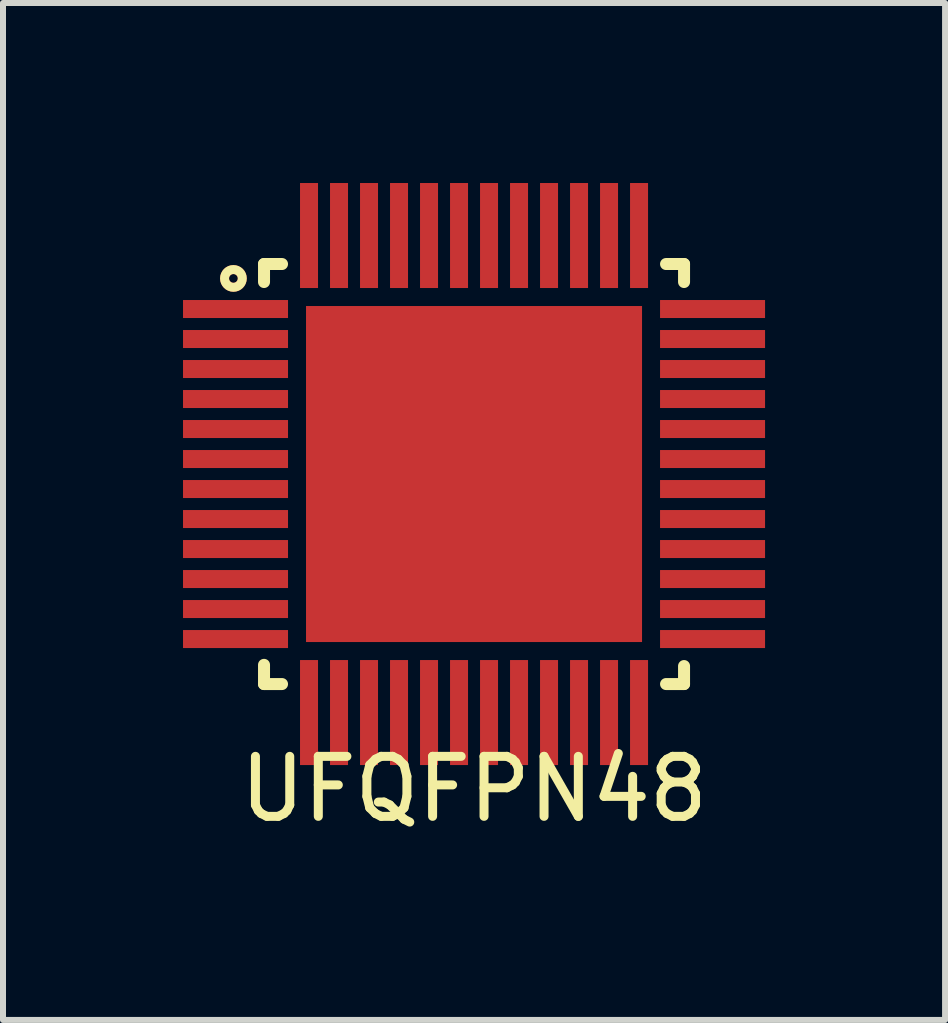
<source format=kicad_pcb>
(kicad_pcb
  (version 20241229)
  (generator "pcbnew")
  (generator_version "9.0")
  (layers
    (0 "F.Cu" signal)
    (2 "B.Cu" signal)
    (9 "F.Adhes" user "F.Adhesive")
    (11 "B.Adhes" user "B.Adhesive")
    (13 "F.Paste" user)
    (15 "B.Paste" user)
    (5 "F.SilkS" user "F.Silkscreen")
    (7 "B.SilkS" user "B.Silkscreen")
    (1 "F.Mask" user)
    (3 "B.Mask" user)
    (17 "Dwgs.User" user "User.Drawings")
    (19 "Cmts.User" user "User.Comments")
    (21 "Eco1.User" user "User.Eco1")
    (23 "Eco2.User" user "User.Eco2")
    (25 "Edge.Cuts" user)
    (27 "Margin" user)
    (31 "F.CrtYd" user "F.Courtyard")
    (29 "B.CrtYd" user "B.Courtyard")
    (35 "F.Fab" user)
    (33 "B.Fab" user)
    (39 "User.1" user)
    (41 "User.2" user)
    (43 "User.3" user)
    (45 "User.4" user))
  (footprint "UFQFPN48"
    (layer "F.Cu")
    (at 4.85 4.85)
    (property "Reference" "UFQFPN48" (at 0 5.25 0) (layer "F.SilkS") (effects (font (size 1 1) (thickness 0.15))))
    (attr through_hole)
    (fp_circle (center -4.01 -3.26) (end -3.94 -3.28) (stroke (width 0.15) (type solid)) (fill no) (layer "F.Cu"))
    (fp_line (start -3.5 -3.5) (end -3.5 -3.2) (stroke (width 0.2) (type solid)) (layer "F.SilkS"))
    (fp_line (start -3.5 -3.5) (end -3.2 -3.5) (stroke (width 0.2) (type solid)) (layer "F.SilkS"))
    (fp_line (start -3.5 3.5) (end -3.5 3.18) (stroke (width 0.2) (type solid)) (layer "F.SilkS"))
    (fp_line (start -3.5 3.5) (end -3.2 3.5) (stroke (width 0.2) (type solid)) (layer "F.SilkS"))
    (fp_line (start 3.5 -3.5) (end 3.2 -3.5) (stroke (width 0.2) (type solid)) (layer "F.SilkS"))
    (fp_line (start 3.5 -3.5) (end 3.5 -3.2) (stroke (width 0.2) (type solid)) (layer "F.SilkS"))
    (fp_line (start 3.5 3.5) (end 3.2 3.5) (stroke (width 0.2) (type solid)) (layer "F.SilkS"))
    (fp_line (start 3.5 3.5) (end 3.5 3.2) (stroke (width 0.2) (type solid)) (layer "F.SilkS"))
    (fp_circle (center -4.01 -3.26) (end -3.94 -3.28) (stroke (width 0.15) (type solid)) (fill no) (layer "F.SilkS"))
    (pad "0" smd trapezoid (at 0 0) (size 5.6 5.6) (layers "F.Cu" "F.Mask" "F.Paste"))
    (pad "1" smd trapezoid (at -3.975 -2.75 90) (size 0.3 1.75) (layers "F.Cu" "F.Mask" "F.Paste"))
    (pad "2" smd trapezoid (at -3.975 -2.25 90) (size 0.3 1.75) (layers "F.Cu" "F.Mask" "F.Paste"))
    (pad "3" smd trapezoid (at -3.975 -1.75 90) (size 0.3 1.75) (layers "F.Cu" "F.Mask" "F.Paste"))
    (pad "4" smd trapezoid (at -3.975 -1.25 90) (size 0.3 1.75) (layers "F.Cu" "F.Mask" "F.Paste"))
    (pad "5" smd trapezoid (at -3.975 -0.75 90) (size 0.3 1.75) (layers "F.Cu" "F.Mask" "F.Paste"))
    (pad "6" smd trapezoid (at -3.975 -0.25 90) (size 0.3 1.75) (layers "F.Cu" "F.Mask" "F.Paste"))
    (pad "7" smd trapezoid (at -3.975 0.25 90) (size 0.3 1.75) (layers "F.Cu" "F.Mask" "F.Paste"))
    (pad "8" smd trapezoid (at -3.975 0.75 90) (size 0.3 1.75) (layers "F.Cu" "F.Mask" "F.Paste"))
    (pad "9" smd trapezoid (at -3.975 1.25 90) (size 0.3 1.75) (layers "F.Cu" "F.Mask" "F.Paste"))
    (pad "10" smd trapezoid (at -3.975 1.75 90) (size 0.3 1.75) (layers "F.Cu" "F.Mask" "F.Paste"))
    (pad "11" smd trapezoid (at -3.975 2.25 90) (size 0.3 1.75) (layers "F.Cu" "F.Mask" "F.Paste"))
    (pad "12" smd trapezoid (at -3.975 2.75 90) (size 0.3 1.75) (layers "F.Cu" "F.Mask" "F.Paste"))
    (pad "13" smd trapezoid (at -2.75 3.975) (size 0.3 1.75) (layers "F.Cu" "F.Mask" "F.Paste"))
    (pad "14" smd trapezoid (at -2.25 3.975) (size 0.3 1.75) (layers "F.Cu" "F.Mask" "F.Paste"))
    (pad "15" smd trapezoid (at -1.75 3.975) (size 0.3 1.75) (layers "F.Cu" "F.Mask" "F.Paste"))
    (pad "16" smd trapezoid (at -1.25 3.975) (size 0.3 1.75) (layers "F.Cu" "F.Mask" "F.Paste"))
    (pad "17" smd trapezoid (at -0.75 3.975) (size 0.3 1.75) (layers "F.Cu" "F.Mask" "F.Paste"))
    (pad "18" smd trapezoid (at -0.25 3.975) (size 0.3 1.75) (layers "F.Cu" "F.Mask" "F.Paste"))
    (pad "19" smd trapezoid (at 0.25 3.975) (size 0.3 1.75) (layers "F.Cu" "F.Mask" "F.Paste"))
    (pad "20" smd trapezoid (at 0.75 3.975) (size 0.3 1.75) (layers "F.Cu" "F.Mask" "F.Paste"))
    (pad "21" smd trapezoid (at 1.25 3.975) (size 0.3 1.75) (layers "F.Cu" "F.Mask" "F.Paste"))
    (pad "22" smd trapezoid (at 1.75 3.975) (size 0.3 1.75) (layers "F.Cu" "F.Mask" "F.Paste"))
    (pad "23" smd trapezoid (at 2.25 3.975) (size 0.3 1.75) (layers "F.Cu" "F.Mask" "F.Paste"))
    (pad "24" smd trapezoid (at 2.75 3.975) (size 0.3 1.75) (layers "F.Cu" "F.Mask" "F.Paste"))
    (pad "25" smd trapezoid (at 3.975 2.75 90) (size 0.3 1.75) (layers "F.Cu" "F.Mask" "F.Paste"))
    (pad "26" smd trapezoid (at 3.975 2.25 90) (size 0.3 1.75) (layers "F.Cu" "F.Mask" "F.Paste"))
    (pad "27" smd trapezoid (at 3.975 1.75 90) (size 0.3 1.75) (layers "F.Cu" "F.Mask" "F.Paste"))
    (pad "28" smd trapezoid (at 3.975 1.25 90) (size 0.3 1.75) (layers "F.Cu" "F.Mask" "F.Paste"))
    (pad "29" smd trapezoid (at 3.975 0.75 90) (size 0.3 1.75) (layers "F.Cu" "F.Mask" "F.Paste"))
    (pad "30" smd trapezoid (at 3.975 0.25 90) (size 0.3 1.75) (layers "F.Cu" "F.Mask" "F.Paste"))
    (pad "31" smd trapezoid (at 3.975 -0.25 90) (size 0.3 1.75) (layers "F.Cu" "F.Mask" "F.Paste"))
    (pad "32" smd trapezoid (at 3.975 -0.75 90) (size 0.3 1.75) (layers "F.Cu" "F.Mask" "F.Paste"))
    (pad "33" smd trapezoid (at 3.975 -1.25 90) (size 0.3 1.75) (layers "F.Cu" "F.Mask" "F.Paste"))
    (pad "34" smd trapezoid (at 3.975 -1.75 90) (size 0.3 1.75) (layers "F.Cu" "F.Mask" "F.Paste"))
    (pad "35" smd trapezoid (at 3.975 -2.25 90) (size 0.3 1.75) (layers "F.Cu" "F.Mask" "F.Paste"))
    (pad "36" smd trapezoid (at 3.975 -2.75 90) (size 0.3 1.75) (layers "F.Cu" "F.Mask" "F.Paste"))
    (pad "37" smd trapezoid (at 2.75 -3.975) (size 0.3 1.75) (layers "F.Cu" "F.Mask" "F.Paste"))
    (pad "38" smd trapezoid (at 2.25 -3.975) (size 0.3 1.75) (layers "F.Cu" "F.Mask" "F.Paste"))
    (pad "39" smd trapezoid (at 1.75 -3.975) (size 0.3 1.75) (layers "F.Cu" "F.Mask" "F.Paste"))
    (pad "40" smd trapezoid (at 1.25 -3.975) (size 0.3 1.75) (layers "F.Cu" "F.Mask" "F.Paste"))
    (pad "41" smd trapezoid (at 0.75 -3.975) (size 0.3 1.75) (layers "F.Cu" "F.Mask" "F.Paste"))
    (pad "42" smd trapezoid (at 0.25 -3.975) (size 0.3 1.75) (layers "F.Cu" "F.Mask" "F.Paste"))
    (pad "43" smd trapezoid (at -0.25 -3.975 180) (size 0.3 1.75) (layers "F.Cu" "F.Mask" "F.Paste"))
    (pad "44" smd trapezoid (at -0.75 -3.975) (size 0.3 1.75) (layers "F.Cu" "F.Mask" "F.Paste"))
    (pad "45" smd trapezoid (at -1.25 -3.975) (size 0.3 1.75) (layers "F.Cu" "F.Mask" "F.Paste"))
    (pad "46" smd trapezoid (at -1.75 -3.975) (size 0.3 1.75) (layers "F.Cu" "F.Mask" "F.Paste"))
    (pad "47" smd trapezoid (at -2.25 -3.975) (size 0.3 1.75) (layers "F.Cu" "F.Mask" "F.Paste"))
    (pad "48" smd trapezoid (at -2.75 -3.975) (size 0.3 1.75) (layers "F.Cu" "F.Mask" "F.Paste")))
  (gr_rect
    (start -3 -3)
    (end 12.7 13.948)
    (stroke (width 0.1) (type default))
    (fill no)
    (layer "Edge.Cuts")))
</source>
